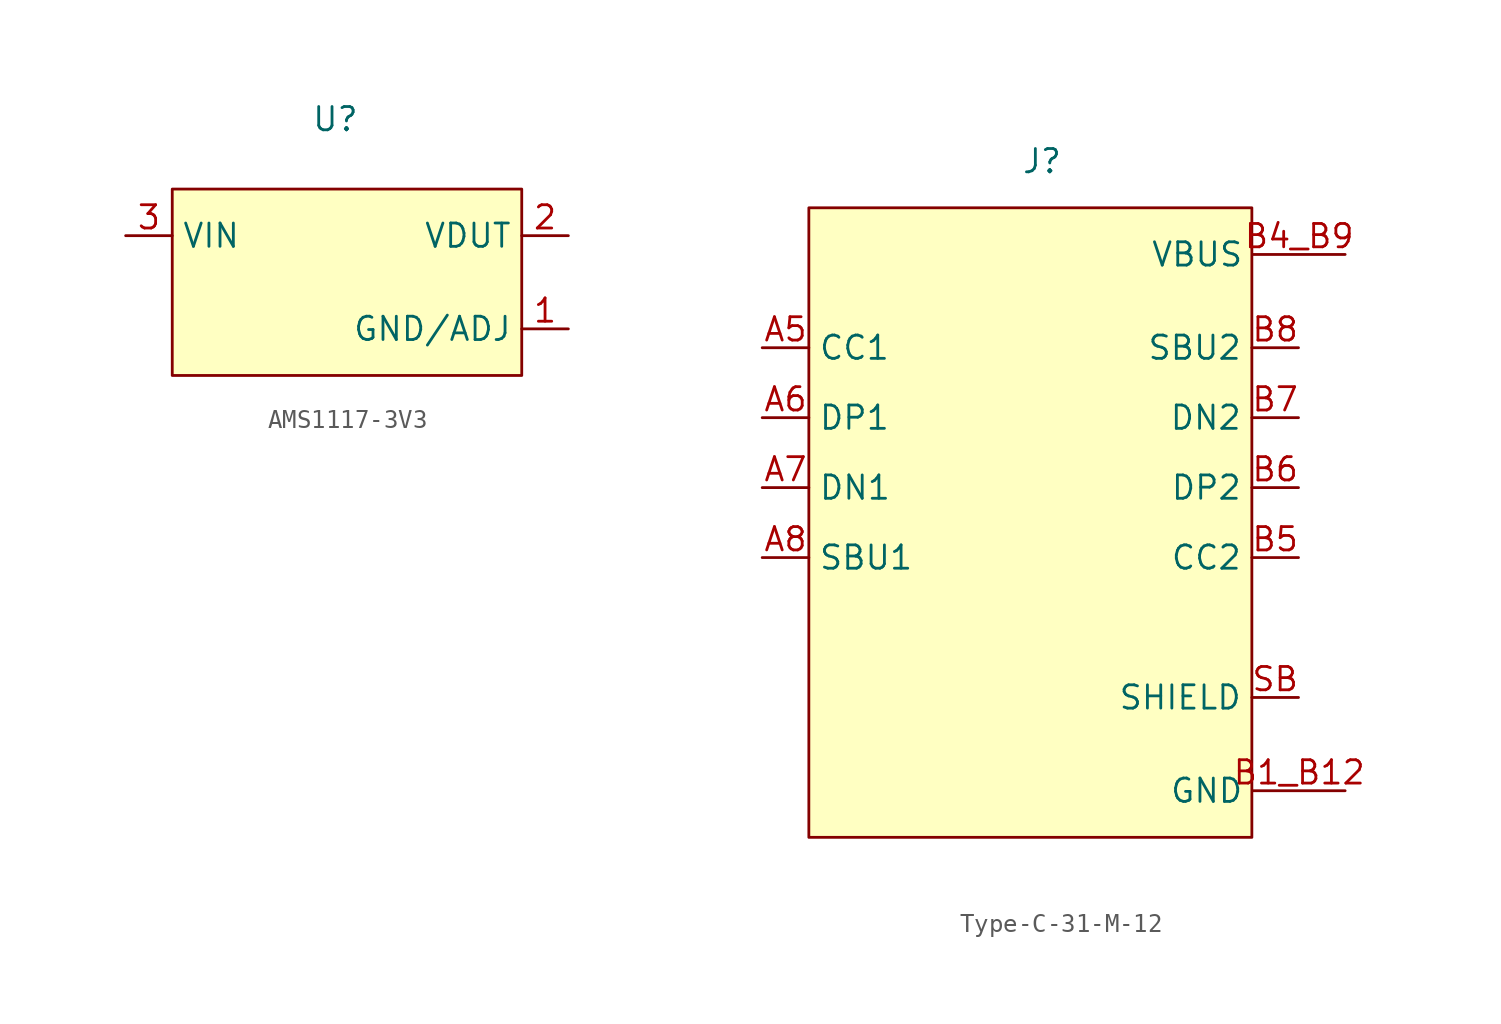
<source format=kicad_sym>
(kicad_symbol_lib
  (version 20220914)
  (generator kicad_symbol_editor)
  (symbol "AMS1117-3V3"
    (property "Reference" "U"
      (at 0 8.89 0)
      (effects (font (size 1.27 1.27))))
    (property "Value" ""
      (at 0 0 0)
      (effects (font (size 1.27 1.27))))
    (symbol "AMS1117-3V3_0_0"
      (pin unspecified line (at 12.7 -2.54 180) (length 2.54) (name "GND/ADJ" (effects (font (size 1.27 1.27)))) (number "1" (effects (font (size 1.27 1.27)))))
      (pin unspecified line (at 12.7 2.54 180) (length 2.54) (name "VDUT" (effects (font (size 1.27 1.27)))) (number "2" (effects (font (size 1.27 1.27)))))
      (pin unspecified line (at -11.43 2.54 0) (length 2.54) (name "VIN" (effects (font (size 1.27 1.27)))) (number "3" (effects (font (size 1.27 1.27))))))
    (symbol "AMS1117-3V3_1_1"
      (rectangle (start -8.89 5.08) (end 10.16 -5.08) (stroke (width 0) (type default)) (fill (type background)))))
  (symbol "Type-C-31-M-12"
    (property "Reference" "J"
      (at 6.35 13.97 0)
      (effects (font (size 1.27 1.27))))
    (property "Value" ""
      (at 0 0 0)
      (effects (font (size 1.27 1.27))))
    (symbol "Type-C-31-M-12_0_0"
      (pin unspecified line (at -8.89 3.81 0) (length 2.54) (name "CC1" (effects (font (size 1.27 1.27)))) (number "A5" (effects (font (size 1.27 1.27)))))
      (pin unspecified line (at -8.89 0 0) (length 2.54) (name "DP1" (effects (font (size 1.27 1.27)))) (number "A6" (effects (font (size 1.27 1.27)))))
      (pin unspecified line (at -8.89 -3.81 0) (length 2.54) (name "DN1" (effects (font (size 1.27 1.27)))) (number "A7" (effects (font (size 1.27 1.27)))))
      (pin unspecified line (at -8.89 -7.62 0) (length 2.54) (name "SBU1" (effects (font (size 1.27 1.27)))) (number "A8" (effects (font (size 1.27 1.27)))))
      (pin unspecified line (at 20.32 -7.62 180) (length 2.54) (name "CC2" (effects (font (size 1.27 1.27)))) (number "B5" (effects (font (size 1.27 1.27)))))
      (pin unspecified line (at 20.32 -3.81 180) (length 2.54) (name "DP2" (effects (font (size 1.27 1.27)))) (number "B6" (effects (font (size 1.27 1.27)))))
      (pin unspecified line (at 20.32 0 180) (length 2.54) (name "DN2" (effects (font (size 1.27 1.27)))) (number "B7" (effects (font (size 1.27 1.27)))))
      (pin unspecified line (at 20.32 3.81 180) (length 2.54) (name "SBU2" (effects (font (size 1.27 1.27)))) (number "B8" (effects (font (size 1.27 1.27)))))
      (pin unspecified line (at 20.32 -15.24 180) (length 2.54) (name "SHIELD" (effects (font (size 1.27 1.27)))) (number "SB" (effects (font (size 1.27 1.27))))))
    (symbol "Type-C-31-M-12_1_0"
      (pin unspecified line (at 22.86 -20.32 180) (length 5) (name "GND" (effects (font (size 1.27 1.27)))) (number "B1_B12" (effects (font (size 1.27 1.27)))))
      (pin unspecified line (at 22.86 8.89 180) (length 5) (name "VBUS" (effects (font (size 1.27 1.27)))) (number "B4_B9" (effects (font (size 1.27 1.27))))))
    (symbol "Type-C-31-M-12_1_1"
      (rectangle (start -6.35 11.43) (end 17.78 -22.86) (stroke (width 0) (type default)) (fill (type background))))))
</source>
